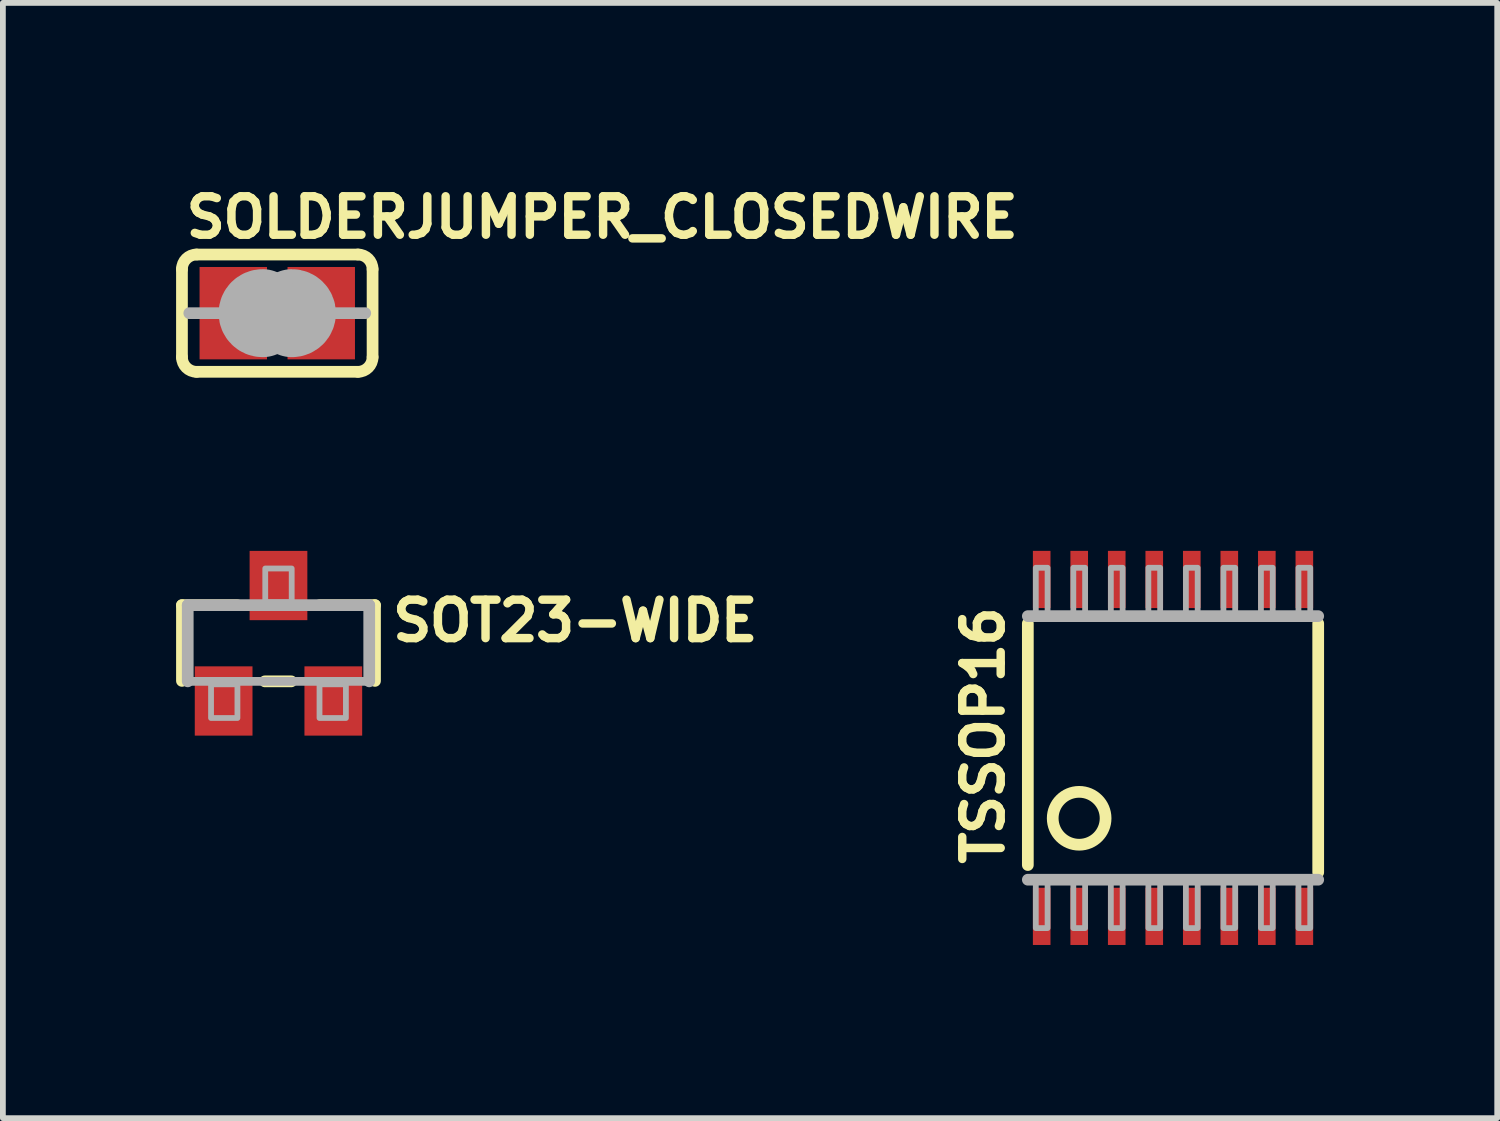
<source format=kicad_pcb>
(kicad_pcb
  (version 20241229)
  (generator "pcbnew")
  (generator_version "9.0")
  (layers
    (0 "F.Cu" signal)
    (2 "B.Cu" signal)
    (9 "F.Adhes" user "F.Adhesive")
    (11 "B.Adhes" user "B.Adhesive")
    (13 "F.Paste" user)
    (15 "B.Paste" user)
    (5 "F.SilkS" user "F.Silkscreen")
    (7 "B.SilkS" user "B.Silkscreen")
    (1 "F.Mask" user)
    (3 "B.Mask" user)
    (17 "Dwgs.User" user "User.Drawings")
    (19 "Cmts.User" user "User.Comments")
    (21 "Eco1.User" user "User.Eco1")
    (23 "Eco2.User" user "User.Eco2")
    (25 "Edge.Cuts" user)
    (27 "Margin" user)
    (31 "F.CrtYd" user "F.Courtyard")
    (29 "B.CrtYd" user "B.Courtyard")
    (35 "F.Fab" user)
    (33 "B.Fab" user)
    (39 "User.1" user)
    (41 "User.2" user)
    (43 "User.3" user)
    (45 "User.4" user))
  (footprint "TSSOP16"
    (layer "F.Cu")
    (at 17.27 9.906)
    (property "Reference" "TSSOP16" (at -2.896 2.083 90) (layer "F.SilkS") (effects (font (size 0.666 0.666) (thickness 0.146)) (justify left bottom)))
    (fp_line (start -2.515 2.029) (end -2.515 -2.156) (stroke (width 0.203) (type solid)) (layer "F.SilkS"))
    (fp_line (start 2.515 -2.156) (end 2.515 2.156) (stroke (width 0.203) (type solid)) (layer "F.SilkS"))
    (fp_circle (center -1.626 1.219) (end -1.168 1.219) (stroke (width 0.203) (type solid)) (fill no) (layer "F.SilkS"))
    (fp_line (start -2.515 2.283) (end 2.515 2.283) (stroke (width 0.203) (type solid)) (layer "F.Fab"))
    (fp_line (start 2.515 -2.283) (end -2.515 -2.283) (stroke (width 0.203) (type solid)) (layer "F.Fab"))
    (fp_poly (pts (xy -2.377 -2.283) (xy -2.173 -2.283) (xy -2.173 -3.121) (xy -2.377 -3.121)) (stroke (width 0.1) (type default)) (fill no) (layer "F.Fab"))
    (fp_poly (pts (xy -2.377 3.121) (xy -2.173 3.121) (xy -2.173 2.283) (xy -2.377 2.283)) (stroke (width 0.1) (type default)) (fill no) (layer "F.Fab"))
    (fp_poly (pts (xy -1.727 -2.283) (xy -1.523 -2.283) (xy -1.523 -3.121) (xy -1.727 -3.121)) (stroke (width 0.1) (type default)) (fill no) (layer "F.Fab"))
    (fp_poly (pts (xy -1.727 3.121) (xy -1.523 3.121) (xy -1.523 2.283) (xy -1.727 2.283)) (stroke (width 0.1) (type default)) (fill no) (layer "F.Fab"))
    (fp_poly (pts (xy -1.077 -2.283) (xy -0.873 -2.283) (xy -0.873 -3.121) (xy -1.077 -3.121)) (stroke (width 0.1) (type default)) (fill no) (layer "F.Fab"))
    (fp_poly (pts (xy -1.077 3.121) (xy -0.873 3.121) (xy -0.873 2.283) (xy -1.077 2.283)) (stroke (width 0.1) (type default)) (fill no) (layer "F.Fab"))
    (fp_poly (pts (xy -0.427 -2.283) (xy -0.223 -2.283) (xy -0.223 -3.121) (xy -0.427 -3.121)) (stroke (width 0.1) (type default)) (fill no) (layer "F.Fab"))
    (fp_poly (pts (xy -0.427 3.121) (xy -0.223 3.121) (xy -0.223 2.283) (xy -0.427 2.283)) (stroke (width 0.1) (type default)) (fill no) (layer "F.Fab"))
    (fp_poly (pts (xy 0.223 -2.283) (xy 0.427 -2.283) (xy 0.427 -3.121) (xy 0.223 -3.121)) (stroke (width 0.1) (type default)) (fill no) (layer "F.Fab"))
    (fp_poly (pts (xy 0.223 3.121) (xy 0.427 3.121) (xy 0.427 2.283) (xy 0.223 2.283)) (stroke (width 0.1) (type default)) (fill no) (layer "F.Fab"))
    (fp_poly (pts (xy 0.873 -2.283) (xy 1.077 -2.283) (xy 1.077 -3.121) (xy 0.873 -3.121)) (stroke (width 0.1) (type default)) (fill no) (layer "F.Fab"))
    (fp_poly (pts (xy 0.873 3.121) (xy 1.077 3.121) (xy 1.077 2.283) (xy 0.873 2.283)) (stroke (width 0.1) (type default)) (fill no) (layer "F.Fab"))
    (fp_poly (pts (xy 1.523 -2.283) (xy 1.727 -2.283) (xy 1.727 -3.121) (xy 1.523 -3.121)) (stroke (width 0.1) (type default)) (fill no) (layer "F.Fab"))
    (fp_poly (pts (xy 1.523 3.121) (xy 1.727 3.121) (xy 1.727 2.283) (xy 1.523 2.283)) (stroke (width 0.1) (type default)) (fill no) (layer "F.Fab"))
    (fp_poly (pts (xy 2.173 -2.283) (xy 2.377 -2.283) (xy 2.377 -3.121) (xy 2.173 -3.121)) (stroke (width 0.1) (type default)) (fill no) (layer "F.Fab"))
    (fp_poly (pts (xy 2.173 3.121) (xy 2.377 3.121) (xy 2.377 2.283) (xy 2.173 2.283)) (stroke (width 0.1) (type default)) (fill no) (layer "F.Fab"))
    (pad "1" smd rect (at -2.275 2.918) (size 0.305 0.991) (layers "F.Cu" "F.Mask" "F.Paste"))
    (pad "2" smd rect (at -1.625 2.918) (size 0.305 0.991) (layers "F.Cu" "F.Mask" "F.Paste"))
    (pad "3" smd rect (at -0.975 2.918) (size 0.305 0.991) (layers "F.Cu" "F.Mask" "F.Paste"))
    (pad "4" smd rect (at -0.325 2.918) (size 0.305 0.991) (layers "F.Cu" "F.Mask" "F.Paste"))
    (pad "5" smd rect (at 0.325 2.918) (size 0.305 0.991) (layers "F.Cu" "F.Mask" "F.Paste"))
    (pad "6" smd rect (at 0.975 2.918) (size 0.305 0.991) (layers "F.Cu" "F.Mask" "F.Paste"))
    (pad "7" smd rect (at 1.625 2.918) (size 0.305 0.991) (layers "F.Cu" "F.Mask" "F.Paste"))
    (pad "8" smd rect (at 2.275 2.918) (size 0.305 0.991) (layers "F.Cu" "F.Mask" "F.Paste"))
    (pad "9" smd rect (at 2.275 -2.918) (size 0.305 0.991) (layers "F.Cu" "F.Mask" "F.Paste"))
    (pad "10" smd rect (at 1.625 -2.918) (size 0.305 0.991) (layers "F.Cu" "F.Mask" "F.Paste"))
    (pad "11" smd rect (at 0.975 -2.918) (size 0.305 0.991) (layers "F.Cu" "F.Mask" "F.Paste"))
    (pad "12" smd rect (at 0.325 -2.918) (size 0.305 0.991) (layers "F.Cu" "F.Mask" "F.Paste"))
    (pad "13" smd rect (at -0.325 -2.918) (size 0.305 0.991) (layers "F.Cu" "F.Mask" "F.Paste"))
    (pad "14" smd rect (at -0.975 -2.918) (size 0.305 0.991) (layers "F.Cu" "F.Mask" "F.Paste"))
    (pad "15" smd rect (at -1.625 -2.918) (size 0.305 0.991) (layers "F.Cu" "F.Mask" "F.Paste"))
    (pad "16" smd rect (at -2.275 -2.918) (size 0.305 0.991) (layers "F.Cu" "F.Mask" "F.Paste")))
  (footprint "SOLDERJUMPER_CLOSEDWIRE"
    (layer "F.Cu")
    (at 1.753 2.375)
    (property "Reference" "SOLDERJUMPER_CLOSEDWIRE" (at -1.651 -1.27 0) (layer "F.SilkS") (effects (font (size 0.666 0.666) (thickness 0.146)) (justify left bottom)))
    (fp_poly (pts (xy 1.397 0.889) (xy -1.397 0.889) (xy -1.397 -0.889) (xy 1.397 -0.889)) (stroke (width 0) (type default)) (fill yes) (layer "F.Mask"))
    (fp_line (start -1.651 0.762) (end -1.651 -0.762) (stroke (width 0.203) (type solid)) (layer "F.SilkS"))
    (fp_line (start -1.397 -1.016) (end 1.397 -1.016) (stroke (width 0.203) (type solid)) (layer "F.SilkS"))
    (fp_line (start 1.397 1.016) (end -1.397 1.016) (stroke (width 0.203) (type solid)) (layer "F.SilkS"))
    (fp_line (start 1.651 0.762) (end 1.651 -0.762) (stroke (width 0.203) (type solid)) (layer "F.SilkS"))
    (fp_arc (start -1.651 -0.762) (mid -1.576605 -0.941605) (end -1.397 -1.016) (stroke (width 0.2032) (type solid)) (layer "F.SilkS"))
    (fp_arc (start -1.397 1.016) (mid -1.576605 0.941605) (end -1.651 0.762) (stroke (width 0.2032) (type solid)) (layer "F.SilkS"))
    (fp_arc (start 1.397 -1.016) (mid 1.576605 -0.941605) (end 1.651 -0.762) (stroke (width 0.2032) (type solid)) (layer "F.SilkS"))
    (fp_arc (start 1.651 0.762) (mid 1.576605 0.941605) (end 1.397 1.016) (stroke (width 0.2032) (type solid)) (layer "F.SilkS"))
    (fp_line (start -1.016 0) (end -1.524 0) (stroke (width 0.203) (type solid)) (layer "F.Fab"))
    (fp_line (start 1.016 0) (end 1.524 0) (stroke (width 0.203) (type solid)) (layer "F.Fab"))
    (fp_arc (start -0.254 0.127) (mid -0.381 0) (end -0.254 -0.127) (stroke (width 1.27) (type solid)) (layer "F.Fab"))
    (fp_arc (start 0.254 -0.127) (mid 0.381 0) (end 0.254 0.127) (stroke (width 1.27) (type solid)) (layer "F.Fab"))
    (pad "1" smd rect (at -0.762 0) (size 1.168 1.6) (layers "F.Cu"))
    (pad "2" smd rect (at 0.762 0) (size 1.168 1.6) (layers "F.Cu"))
    (pad "WIRE" smd rect (at 0 0 180) (size 0.635 0.203) (layers "F.Cu")))
  (footprint "SOT23-WIDE"
    (layer "F.Cu")
    (at 1.774 8.093)
    (property "Reference" "SOT23-WIDE" (at 1.905 0 0) (layer "F.SilkS") (effects (font (size 0.666 0.666) (thickness 0.146)) (justify left bottom)))
    (fp_line (start -1.672 -0.66) (end -0.714 -0.66) (stroke (width 0.203) (type solid)) (layer "F.SilkS"))
    (fp_line (start -1.672 0.652) (end -1.672 -0.66) (stroke (width 0.203) (type solid)) (layer "F.SilkS"))
    (fp_line (start 0.222 0.66) (end -0.236 0.66) (stroke (width 0.203) (type solid)) (layer "F.SilkS"))
    (fp_line (start 0.714 -0.66) (end 1.672 -0.66) (stroke (width 0.203) (type solid)) (layer "F.SilkS"))
    (fp_line (start 1.672 -0.66) (end 1.672 0.652) (stroke (width 0.203) (type solid)) (layer "F.SilkS"))
    (fp_line (start -1.572 -0.66) (end 1.572 -0.66) (stroke (width 0.203) (type solid)) (layer "F.Fab"))
    (fp_line (start -1.572 0.66) (end -1.572 -0.66) (stroke (width 0.203) (type solid)) (layer "F.Fab"))
    (fp_line (start 1.572 -0.66) (end 1.572 0.66) (stroke (width 0.203) (type solid)) (layer "F.Fab"))
    (fp_line (start 1.572 0.66) (end -1.572 0.66) (stroke (width 0.152) (type solid)) (layer "F.Fab"))
    (fp_poly (pts (xy -1.168 1.295) (xy -0.711 1.295) (xy -0.711 0.711) (xy -1.168 0.711)) (stroke (width 0.1) (type default)) (fill no) (layer "F.Fab"))
    (fp_poly (pts (xy -0.229 -0.711) (xy 0.229 -0.711) (xy 0.229 -1.295) (xy -0.229 -1.295)) (stroke (width 0.1) (type default)) (fill no) (layer "F.Fab"))
    (fp_poly (pts (xy 0.711 1.295) (xy 1.168 1.295) (xy 1.168 0.711) (xy 0.711 0.711)) (stroke (width 0.1) (type default)) (fill no) (layer "F.Fab"))
    (pad "1" smd rect (at -0.95 1) (size 1 1.2) (layers "F.Cu" "F.Mask" "F.Paste"))
    (pad "2" smd rect (at 0.95 1) (size 1 1.2) (layers "F.Cu" "F.Mask" "F.Paste"))
    (pad "3" smd rect (at 0 -1) (size 1 1.2) (layers "F.Cu" "F.Mask" "F.Paste")))
  (gr_rect
    (start -3 -3)
    (end 22.886 16.319)
    (stroke (width 0.1) (type default))
    (fill no)
    (layer "Edge.Cuts")))
</source>
